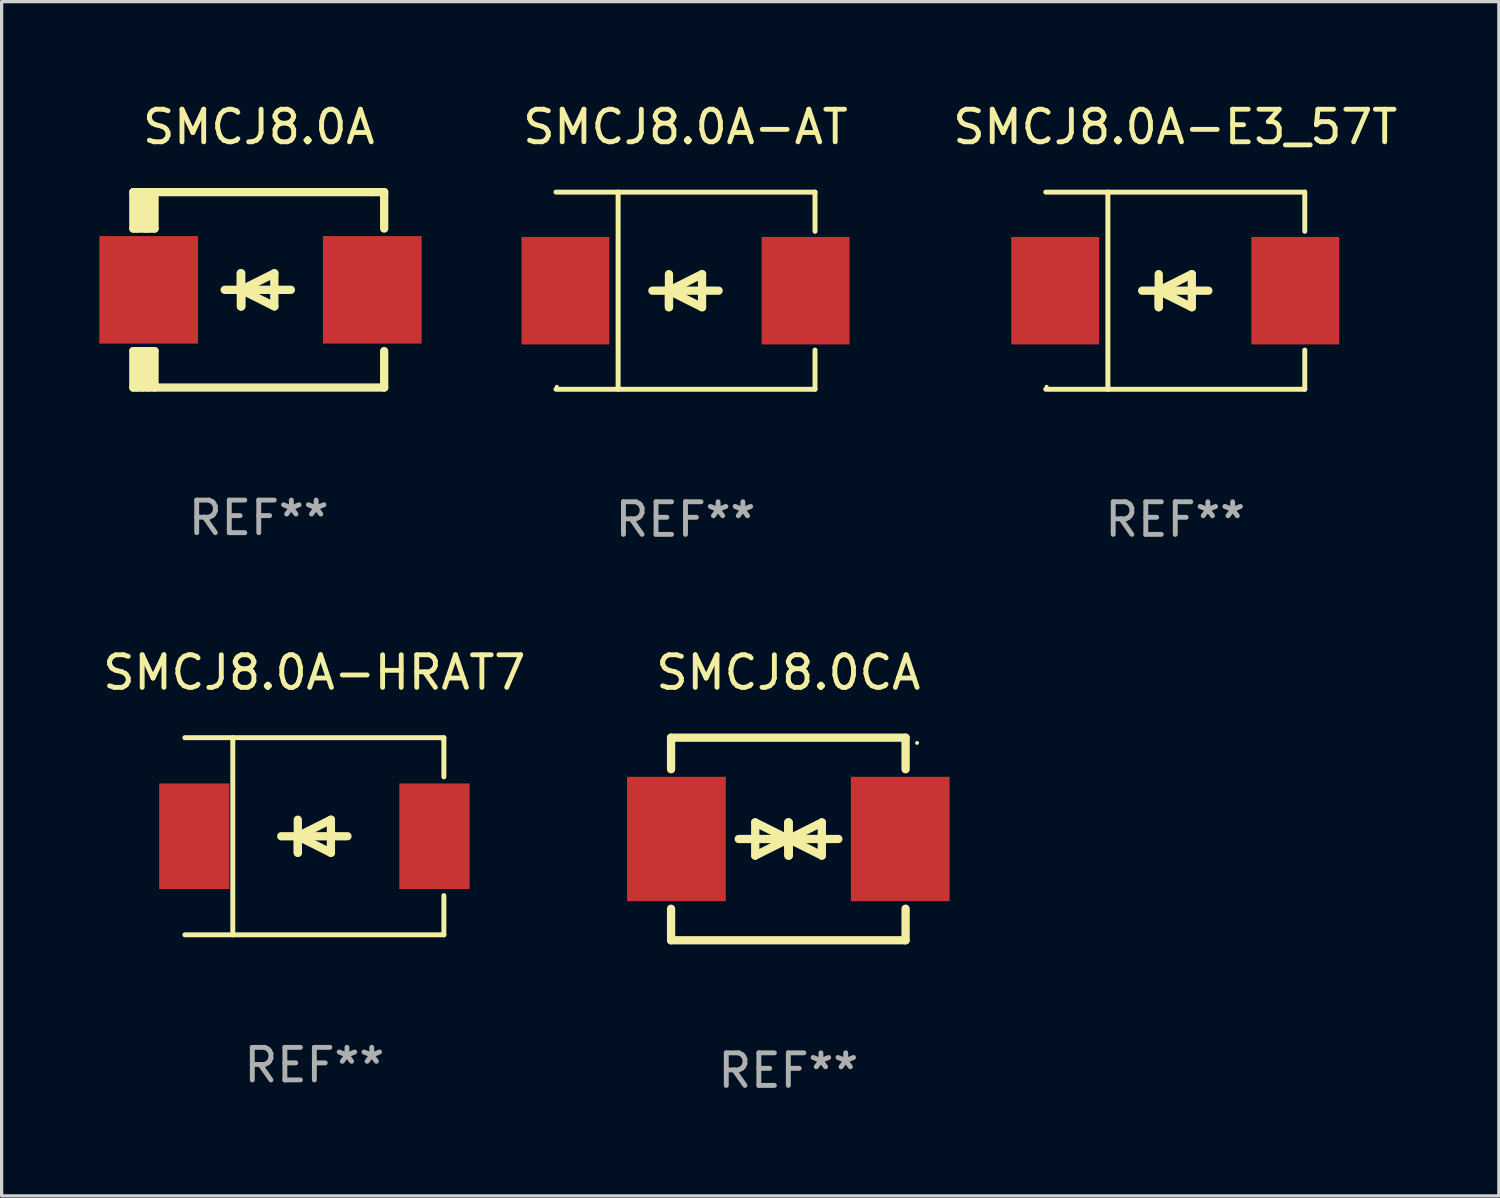
<source format=kicad_pcb>
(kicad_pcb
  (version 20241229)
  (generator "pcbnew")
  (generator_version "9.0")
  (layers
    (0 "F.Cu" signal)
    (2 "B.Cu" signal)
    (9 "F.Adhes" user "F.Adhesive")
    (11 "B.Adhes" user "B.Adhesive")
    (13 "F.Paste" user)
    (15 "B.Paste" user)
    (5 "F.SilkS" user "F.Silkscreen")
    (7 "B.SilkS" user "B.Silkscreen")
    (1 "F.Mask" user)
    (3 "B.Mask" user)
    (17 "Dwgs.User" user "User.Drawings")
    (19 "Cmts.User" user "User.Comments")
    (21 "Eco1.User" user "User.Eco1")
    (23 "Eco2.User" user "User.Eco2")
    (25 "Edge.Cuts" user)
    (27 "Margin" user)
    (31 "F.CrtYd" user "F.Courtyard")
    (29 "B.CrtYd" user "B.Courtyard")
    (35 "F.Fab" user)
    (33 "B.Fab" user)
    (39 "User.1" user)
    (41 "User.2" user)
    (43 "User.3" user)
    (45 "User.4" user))
  (footprint "SMCJ8.0CA"
    (layer "F.Cu")
    (at 21.152 22.707)
    (property "Reference" "SMCJ8.0CA" (at 0 -5.11 0) (layer "F.SilkS") (effects (font (size 1 1) (thickness 0.15))))
    (attr through_hole)
    (fp_line (start -3.6 -2.141) (end -3.6 -3.11) (stroke (width 0.254) (type solid)) (layer "F.SilkS"))
    (fp_line (start -3.6 3.11) (end -3.6 2.141) (stroke (width 0.254) (type solid)) (layer "F.SilkS"))
    (fp_line (start -1.524 0) (end 0.508 0) (stroke (width 0.254) (type solid)) (layer "F.SilkS"))
    (fp_line (start -1.016 -0.508) (end -1.016 0.508) (stroke (width 0.254) (type solid)) (layer "F.SilkS"))
    (fp_line (start -1.016 0.508) (end 0 0) (stroke (width 0.254) (type solid)) (layer "F.SilkS"))
    (fp_line (start 0 -0.508) (end 0 0.508) (stroke (width 0.254) (type solid)) (layer "F.SilkS"))
    (fp_line (start 0 0) (end -1.016 -0.508) (stroke (width 0.254) (type solid)) (layer "F.SilkS"))
    (fp_line (start 0 0) (end 0 -0.508) (stroke (width 0.254) (type solid)) (layer "F.SilkS"))
    (fp_line (start 0.012 0) (end 0.012 0.508) (stroke (width 0.254) (type solid)) (layer "F.SilkS"))
    (fp_line (start 0.012 0) (end 1.028 0.508) (stroke (width 0.254) (type solid)) (layer "F.SilkS"))
    (fp_line (start 0.012 0.508) (end 0.012 -0.508) (stroke (width 0.254) (type solid)) (layer "F.SilkS"))
    (fp_line (start 1.028 -0.508) (end 0.012 0) (stroke (width 0.254) (type solid)) (layer "F.SilkS"))
    (fp_line (start 1.028 0.508) (end 1.028 -0.508) (stroke (width 0.254) (type solid)) (layer "F.SilkS"))
    (fp_line (start 1.536 0) (end -0.496 0) (stroke (width 0.254) (type solid)) (layer "F.SilkS"))
    (fp_line (start 3.6 -3.11) (end -3.6 -3.11) (stroke (width 0.254) (type solid)) (layer "F.SilkS"))
    (fp_line (start 3.6 -2.141) (end 3.6 -3.11) (stroke (width 0.254) (type solid)) (layer "F.SilkS"))
    (fp_line (start 3.6 3.11) (end -3.6 3.11) (stroke (width 0.254) (type solid)) (layer "F.SilkS"))
    (fp_line (start 3.6 3.11) (end 3.6 2.141) (stroke (width 0.254) (type solid)) (layer "F.SilkS"))
    (fp_circle (center 3.952 -2.95) (end 3.982 -2.95) (stroke (width 0.06) (type solid)) (fill no) (layer "F.SilkS"))
    (fp_text user "REF**" (at 0 7.11 0) (layer "F.Fab") (effects (font (size 1 1) (thickness 0.15))))
    (pad "1" smd rect (at 3.435 0) (size 3.03 3.82) (layers "F.Cu" "F.Mask" "F.Paste"))
    (pad "2" smd rect (at -3.435 0) (size 3.03 3.82) (layers "F.Cu" "F.Mask" "F.Paste")))
  (footprint "SMCJ8.0A-AT"
    (layer "F.Cu")
    (at 17.995 5.874)
    (property "Reference" "SMCJ8.0A-AT" (at 0 -5.026 0) (layer "F.SilkS") (effects (font (size 1 1) (thickness 0.15))))
    (attr through_hole)
    (fp_line (start -3.976 -3.026) (end 3.976 -3.026) (stroke (width 0.152) (type solid)) (layer "F.SilkS"))
    (fp_line (start -3.976 3.026) (end 3.976 3.026) (stroke (width 0.152) (type solid)) (layer "F.SilkS"))
    (fp_line (start -2.069 -3.026) (end -2.069 3.026) (stroke (width 0.152) (type solid)) (layer "F.SilkS"))
    (fp_line (start -0.508 0) (end -0.508 0.508) (stroke (width 0.254) (type solid)) (layer "F.SilkS"))
    (fp_line (start -0.508 0) (end 0.508 0.508) (stroke (width 0.254) (type solid)) (layer "F.SilkS"))
    (fp_line (start -0.508 0.508) (end -0.508 -0.508) (stroke (width 0.254) (type solid)) (layer "F.SilkS"))
    (fp_line (start 0.508 -0.508) (end -0.508 0) (stroke (width 0.254) (type solid)) (layer "F.SilkS"))
    (fp_line (start 0.508 0.508) (end 0.508 -0.508) (stroke (width 0.254) (type solid)) (layer "F.SilkS"))
    (fp_line (start 1.016 0) (end -1.016 0) (stroke (width 0.254) (type solid)) (layer "F.SilkS"))
    (fp_line (start 3.976 -3.026) (end 3.976 -1.823) (stroke (width 0.152) (type solid)) (layer "F.SilkS"))
    (fp_line (start 3.976 3.026) (end 3.976 1.823) (stroke (width 0.152) (type solid)) (layer "F.SilkS"))
    (fp_circle (center -3.95 2.95) (end -3.92 2.95) (stroke (width 0.06) (type solid)) (fill no) (layer "F.SilkS"))
    (fp_text user "REF**" (at 0 7.026 0) (layer "F.Fab") (effects (font (size 1 1) (thickness 0.15))))
    (pad "1" smd rect (at -3.686 0) (size 2.7 3.3) (layers "F.Cu" "F.Mask" "F.Paste"))
    (pad "2" smd rect (at 3.686 0) (size 2.7 3.3) (layers "F.Cu" "F.Mask" "F.Paste")))
  (footprint "SMCJ8.0A-HRAT7"
    (layer "F.Cu")
    (at 6.601 22.623)
    (property "Reference" "SMCJ8.0A-HRAT7" (at 0 -5.026 0) (layer "F.SilkS") (effects (font (size 1 1) (thickness 0.15))))
    (attr through_hole)
    (fp_line (start -3.976 -3.026) (end 3.976 -3.026) (stroke (width 0.152) (type solid)) (layer "F.SilkS"))
    (fp_line (start -3.976 3.026) (end 3.976 3.026) (stroke (width 0.152) (type solid)) (layer "F.SilkS"))
    (fp_line (start -2.504 -3.026) (end -2.504 3.026) (stroke (width 0.152) (type solid)) (layer "F.SilkS"))
    (fp_line (start -0.508 0) (end -0.508 0.508) (stroke (width 0.254) (type solid)) (layer "F.SilkS"))
    (fp_line (start -0.508 0) (end 0.508 0.508) (stroke (width 0.254) (type solid)) (layer "F.SilkS"))
    (fp_line (start -0.508 0.508) (end -0.508 -0.508) (stroke (width 0.254) (type solid)) (layer "F.SilkS"))
    (fp_line (start 0.508 -0.508) (end -0.508 0) (stroke (width 0.254) (type solid)) (layer "F.SilkS"))
    (fp_line (start 0.508 0.508) (end 0.508 -0.508) (stroke (width 0.254) (type solid)) (layer "F.SilkS"))
    (fp_line (start 1.016 0) (end -1.016 0) (stroke (width 0.254) (type solid)) (layer "F.SilkS"))
    (fp_line (start 3.976 -3.026) (end 3.976 -1.823) (stroke (width 0.152) (type solid)) (layer "F.SilkS"))
    (fp_line (start 3.976 3.026) (end 3.976 1.823) (stroke (width 0.152) (type solid)) (layer "F.SilkS"))
    (fp_circle (center 3.95 -2.95) (end 3.98 -2.95) (stroke (width 0.06) (type solid)) (fill no) (layer "F.SilkS"))
    (fp_text user "REF**" (at 0 7.026 0) (layer "F.Fab") (effects (font (size 1 1) (thickness 0.15))))
    (pad "1" smd rect (at 3.686 0 180) (size 2.158 3.24) (layers "F.Cu" "F.Mask" "F.Paste"))
    (pad "2" smd rect (at -3.686 0 180) (size 2.158 3.24) (layers "F.Cu" "F.Mask" "F.Paste")))
  (footprint "SMCJ8.0A-E3_57T"
    (layer "F.Cu")
    (at 33.031 5.874)
    (property "Reference" "SMCJ8.0A-E3_57T" (at 0 -5.026 0) (layer "F.SilkS") (effects (font (size 1 1) (thickness 0.15))))
    (attr through_hole)
    (fp_line (start -3.976 -3.026) (end 3.976 -3.026) (stroke (width 0.152) (type solid)) (layer "F.SilkS"))
    (fp_line (start -3.976 3.026) (end 3.976 3.026) (stroke (width 0.152) (type solid)) (layer "F.SilkS"))
    (fp_line (start -2.069 -3.026) (end -2.069 3.026) (stroke (width 0.152) (type solid)) (layer "F.SilkS"))
    (fp_line (start -0.508 0) (end -0.508 0.508) (stroke (width 0.254) (type solid)) (layer "F.SilkS"))
    (fp_line (start -0.508 0) (end 0.508 0.508) (stroke (width 0.254) (type solid)) (layer "F.SilkS"))
    (fp_line (start -0.508 0.508) (end -0.508 -0.508) (stroke (width 0.254) (type solid)) (layer "F.SilkS"))
    (fp_line (start 0.508 -0.508) (end -0.508 0) (stroke (width 0.254) (type solid)) (layer "F.SilkS"))
    (fp_line (start 0.508 0.508) (end 0.508 -0.508) (stroke (width 0.254) (type solid)) (layer "F.SilkS"))
    (fp_line (start 1.016 0) (end -1.016 0) (stroke (width 0.254) (type solid)) (layer "F.SilkS"))
    (fp_line (start 3.976 -3.026) (end 3.976 -1.823) (stroke (width 0.152) (type solid)) (layer "F.SilkS"))
    (fp_line (start 3.976 3.026) (end 3.976 1.823) (stroke (width 0.152) (type solid)) (layer "F.SilkS"))
    (fp_circle (center -3.95 2.95) (end -3.92 2.95) (stroke (width 0.06) (type solid)) (fill no) (layer "F.SilkS"))
    (fp_text user "REF**" (at 0 7.026 0) (layer "F.Fab") (effects (font (size 1 1) (thickness 0.15))))
    (pad "1" smd rect (at -3.686 0) (size 2.7 3.3) (layers "F.Cu" "F.Mask" "F.Paste"))
    (pad "2" smd rect (at 3.686 0) (size 2.7 3.3) (layers "F.Cu" "F.Mask" "F.Paste")))
  (footprint "SMCJ8.0A"
    (layer "F.Cu")
    (at 4.894 5.848)
    (property "Reference" "SMCJ8.0A" (at 0 -5 0) (layer "F.SilkS") (effects (font (size 1 1) (thickness 0.15))))
    (attr through_hole)
    (fp_line (start -3.85 -1.881) (end -3.85 -3) (stroke (width 0.254) (type solid)) (layer "F.SilkS"))
    (fp_line (start -3.85 1.881) (end -3.2 1.881) (stroke (width 0.254) (type solid)) (layer "F.SilkS"))
    (fp_line (start -3.85 3) (end -3.85 1.881) (stroke (width 0.254) (type solid)) (layer "F.SilkS"))
    (fp_line (start -3.719 -1.881) (end -3.719 -3) (stroke (width 0.254) (type solid)) (layer "F.SilkS"))
    (fp_line (start -3.719 3) (end -3.719 1.881) (stroke (width 0.254) (type solid)) (layer "F.SilkS"))
    (fp_line (start -3.5 -3) (end -3.5 -1.881) (stroke (width 0.254) (type solid)) (layer "F.SilkS"))
    (fp_line (start -3.5 1.881) (end -3.5 2.944) (stroke (width 0.254) (type solid)) (layer "F.SilkS"))
    (fp_line (start -3.5 2.944) (end -3.556 3) (stroke (width 0.254) (type solid)) (layer "F.SilkS"))
    (fp_line (start -3.388 -2.906) (end -3.295 -3) (stroke (width 0.254) (type solid)) (layer "F.SilkS"))
    (fp_line (start -3.388 -1.881) (end -3.388 -2.906) (stroke (width 0.254) (type solid)) (layer "F.SilkS"))
    (fp_line (start -3.388 3) (end -3.388 1.881) (stroke (width 0.254) (type solid)) (layer "F.SilkS"))
    (fp_line (start -3.2 -3) (end -3.2 -1.881) (stroke (width 0.254) (type solid)) (layer "F.SilkS"))
    (fp_line (start -3.2 -1.881) (end -3.85 -1.881) (stroke (width 0.254) (type solid)) (layer "F.SilkS"))
    (fp_line (start -3.2 1.881) (end -3.2 3) (stroke (width 0.254) (type solid)) (layer "F.SilkS"))
    (fp_line (start -0.55 -0.508) (end -0.55 0.508) (stroke (width 0.254) (type solid)) (layer "F.SilkS"))
    (fp_line (start -0.55 0) (end -0.55 -0.508) (stroke (width 0.254) (type solid)) (layer "F.SilkS"))
    (fp_line (start -0.538 0) (end -0.538 0.508) (stroke (width 0.254) (type solid)) (layer "F.SilkS"))
    (fp_line (start -0.538 0) (end 0.478 0.508) (stroke (width 0.254) (type solid)) (layer "F.SilkS"))
    (fp_line (start -0.538 0.508) (end -0.538 -0.508) (stroke (width 0.254) (type solid)) (layer "F.SilkS"))
    (fp_line (start 0.478 -0.508) (end -0.538 0) (stroke (width 0.254) (type solid)) (layer "F.SilkS"))
    (fp_line (start 0.478 0.508) (end 0.478 -0.508) (stroke (width 0.254) (type solid)) (layer "F.SilkS"))
    (fp_line (start 0.986 0) (end -1.046 0) (stroke (width 0.254) (type solid)) (layer "F.SilkS"))
    (fp_line (start 3.45 -3) (end -3.85 -3) (stroke (width 0.254) (type solid)) (layer "F.SilkS"))
    (fp_line (start 3.45 -3) (end 3.85 -3) (stroke (width 0.254) (type solid)) (layer "F.SilkS"))
    (fp_line (start 3.85 -3) (end 3.85 -1.881) (stroke (width 0.254) (type solid)) (layer "F.SilkS"))
    (fp_line (start 3.85 1.881) (end 3.85 3) (stroke (width 0.254) (type solid)) (layer "F.SilkS"))
    (fp_line (start 3.85 3) (end -3.85 3) (stroke (width 0.254) (type solid)) (layer "F.SilkS"))
    (fp_circle (center -3.847 2.95) (end -3.817 2.95) (stroke (width 0.06) (type solid)) (fill no) (layer "F.SilkS"))
    (fp_text user "REF**" (at 0 7 0) (layer "F.Fab") (effects (font (size 1 1) (thickness 0.15))))
    (pad "1" smd rect (at -3.379 0) (size 3.03 3.3) (layers "F.Cu" "F.Mask" "F.Paste"))
    (pad "2" smd rect (at 3.485 0) (size 3.03 3.3) (layers "F.Cu" "F.Mask" "F.Paste")))
  (gr_rect
    (start -3 -3)
    (end 42.965 33.665)
    (stroke (width 0.1) (type default))
    (fill no)
    (layer "Edge.Cuts")))
</source>
